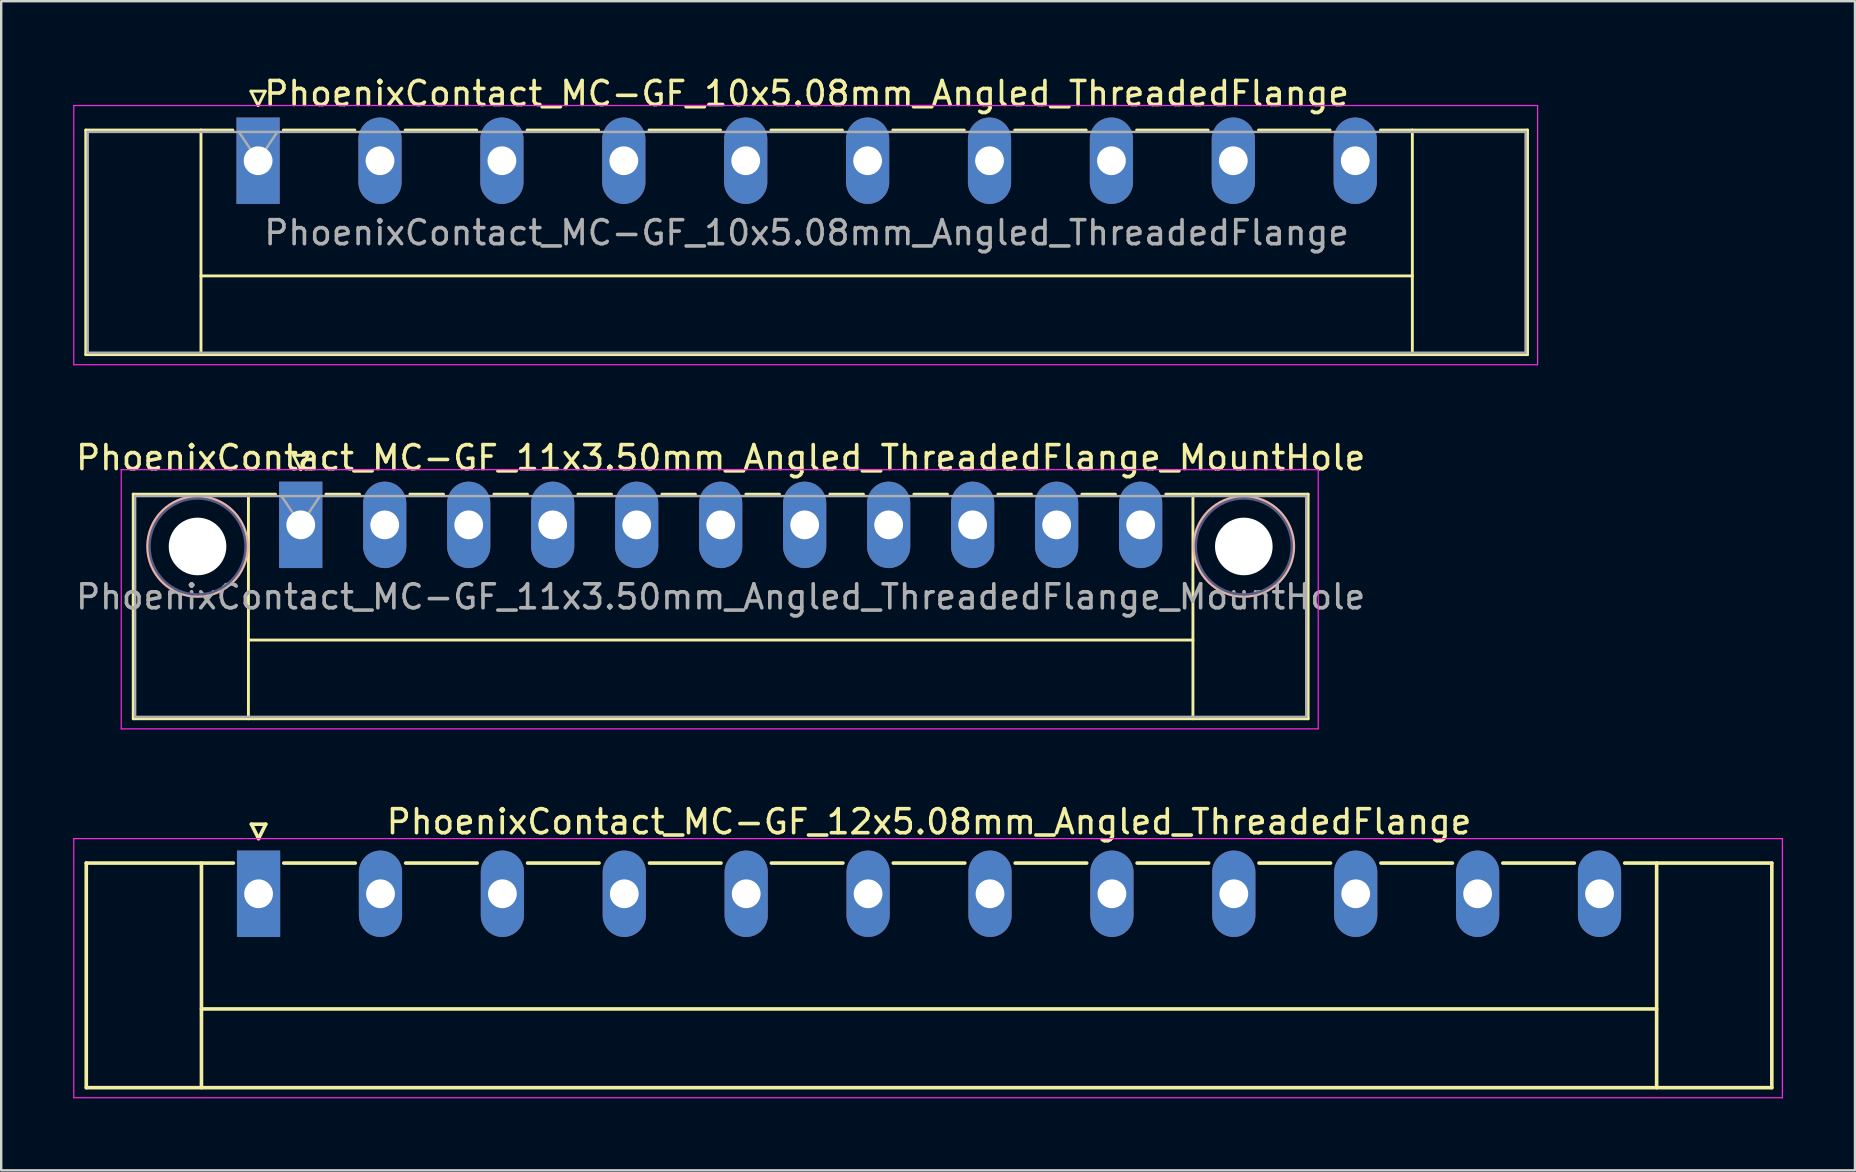
<source format=kicad_pcb>
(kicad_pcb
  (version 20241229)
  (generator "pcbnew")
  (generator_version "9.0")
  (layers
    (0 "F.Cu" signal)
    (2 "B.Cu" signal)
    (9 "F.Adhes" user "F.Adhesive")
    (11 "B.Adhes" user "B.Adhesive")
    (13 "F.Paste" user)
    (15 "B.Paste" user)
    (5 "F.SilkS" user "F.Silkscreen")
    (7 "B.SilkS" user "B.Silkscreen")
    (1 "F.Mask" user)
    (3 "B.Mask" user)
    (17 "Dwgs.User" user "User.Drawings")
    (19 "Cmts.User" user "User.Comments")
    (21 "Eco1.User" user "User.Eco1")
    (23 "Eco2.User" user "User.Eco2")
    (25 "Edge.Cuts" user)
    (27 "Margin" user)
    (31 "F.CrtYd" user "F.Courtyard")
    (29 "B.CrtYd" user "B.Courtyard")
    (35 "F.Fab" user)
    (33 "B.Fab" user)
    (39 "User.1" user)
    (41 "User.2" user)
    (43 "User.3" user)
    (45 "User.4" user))
  (footprint "PhoenixContact_MC-GF_12x5.08mm_Angled_ThreadedFlange"
    (layer "F.Cu")
    (at 7.725 34.195)
    (property "Reference" "PhoenixContact_MC-GF_12x5.08mm_Angled_ThreadedFlange" (at 27.94 -3 0) (layer "F.SilkS") (effects (font (size 1 1) (thickness 0.15))))
    (attr through_hole)
    (fp_line (start -7.18 -1.28) (end -7.18 8.08) (stroke (width 0.15) (type solid)) (layer "F.SilkS"))
    (fp_line (start -7.18 -1.28) (end -1.05 -1.28) (stroke (width 0.15) (type solid)) (layer "F.SilkS"))
    (fp_line (start -7.18 8.08) (end 63.06 8.08) (stroke (width 0.15) (type solid)) (layer "F.SilkS"))
    (fp_line (start -2.38 -1.28) (end -2.38 8.08) (stroke (width 0.15) (type solid)) (layer "F.SilkS"))
    (fp_line (start -2.38 4.8) (end 58.26 4.8) (stroke (width 0.15) (type solid)) (layer "F.SilkS"))
    (fp_line (start -0.3 -2.9) (end 0 -2.3) (stroke (width 0.15) (type solid)) (layer "F.SilkS"))
    (fp_line (start 0 -2.3) (end 0.3 -2.9) (stroke (width 0.15) (type solid)) (layer "F.SilkS"))
    (fp_line (start 0.3 -2.9) (end -0.3 -2.9) (stroke (width 0.15) (type solid)) (layer "F.SilkS"))
    (fp_line (start 1.05 -1.28) (end 4.03 -1.28) (stroke (width 0.15) (type solid)) (layer "F.SilkS"))
    (fp_line (start 6.13 -1.28) (end 9.11 -1.28) (stroke (width 0.15) (type solid)) (layer "F.SilkS"))
    (fp_line (start 11.21 -1.28) (end 14.19 -1.28) (stroke (width 0.15) (type solid)) (layer "F.SilkS"))
    (fp_line (start 16.29 -1.28) (end 19.27 -1.28) (stroke (width 0.15) (type solid)) (layer "F.SilkS"))
    (fp_line (start 21.37 -1.28) (end 24.35 -1.28) (stroke (width 0.15) (type solid)) (layer "F.SilkS"))
    (fp_line (start 26.45 -1.28) (end 29.43 -1.28) (stroke (width 0.15) (type solid)) (layer "F.SilkS"))
    (fp_line (start 31.53 -1.28) (end 34.51 -1.28) (stroke (width 0.15) (type solid)) (layer "F.SilkS"))
    (fp_line (start 36.61 -1.28) (end 39.59 -1.28) (stroke (width 0.15) (type solid)) (layer "F.SilkS"))
    (fp_line (start 41.69 -1.28) (end 44.67 -1.28) (stroke (width 0.15) (type solid)) (layer "F.SilkS"))
    (fp_line (start 46.77 -1.28) (end 49.75 -1.28) (stroke (width 0.15) (type solid)) (layer "F.SilkS"))
    (fp_line (start 51.85 -1.28) (end 54.83 -1.28) (stroke (width 0.15) (type solid)) (layer "F.SilkS"))
    (fp_line (start 58.26 -1.28) (end 58.26 8.08) (stroke (width 0.15) (type solid)) (layer "F.SilkS"))
    (fp_line (start 63.06 -1.28) (end 56.93 -1.28) (stroke (width 0.15) (type solid)) (layer "F.SilkS"))
    (fp_line (start 63.06 8.08) (end 63.06 -1.28) (stroke (width 0.15) (type solid)) (layer "F.SilkS"))
    (fp_line (start -7.7 -2.3) (end -7.7 8.5) (stroke (width 0.05) (type solid)) (layer "F.CrtYd"))
    (fp_line (start -7.7 8.5) (end 63.5 8.5) (stroke (width 0.05) (type solid)) (layer "F.CrtYd"))
    (fp_line (start 63.5 -2.3) (end -7.7 -2.3) (stroke (width 0.05) (type solid)) (layer "F.CrtYd"))
    (fp_line (start 63.5 8.5) (end 63.5 -2.3) (stroke (width 0.05) (type solid)) (layer "F.CrtYd"))
    (pad "1" thru_hole rect (at 0 0) (size 1.8 3.6) (drill 1.2) (layers "*.Cu" "*.Mask"))
    (pad "2" thru_hole oval (at 5.08 0) (size 1.8 3.6) (drill 1.2) (layers "*.Cu" "*.Mask"))
    (pad "3" thru_hole oval (at 10.16 0) (size 1.8 3.6) (drill 1.2) (layers "*.Cu" "*.Mask"))
    (pad "4" thru_hole oval (at 15.24 0) (size 1.8 3.6) (drill 1.2) (layers "*.Cu" "*.Mask"))
    (pad "5" thru_hole oval (at 20.32 0) (size 1.8 3.6) (drill 1.2) (layers "*.Cu" "*.Mask"))
    (pad "6" thru_hole oval (at 25.4 0) (size 1.8 3.6) (drill 1.2) (layers "*.Cu" "*.Mask"))
    (pad "7" thru_hole oval (at 30.48 0) (size 1.8 3.6) (drill 1.2) (layers "*.Cu" "*.Mask"))
    (pad "8" thru_hole oval (at 35.56 0) (size 1.8 3.6) (drill 1.2) (layers "*.Cu" "*.Mask"))
    (pad "9" thru_hole oval (at 40.64 0) (size 1.8 3.6) (drill 1.2) (layers "*.Cu" "*.Mask"))
    (pad "10" thru_hole oval (at 45.72 0) (size 1.8 3.6) (drill 1.2) (layers "*.Cu" "*.Mask"))
    (pad "11" thru_hole oval (at 50.8 0) (size 1.8 3.6) (drill 1.2) (layers "*.Cu" "*.Mask"))
    (pad "12" thru_hole oval (at 55.88 0) (size 1.8 3.6) (drill 1.2) (layers "*.Cu" "*.Mask")))
  (footprint "PhoenixContact_MC-GF_11x3.50mm_Angled_ThreadedFlange_MountHole"
    (layer "F.Cu")
    (at 9.482 18.822)
    (property "Reference" "PhoenixContact_MC-GF_11x3.50mm_Angled_ThreadedFlange_MountHole" (at 17.5 -2.8 0) (layer "F.SilkS") (effects (font (size 1 1) (thickness 0.15))))
    (attr through_hole)
    (fp_line (start -6.98 -1.28) (end -6.98 8.08) (stroke (width 0.12) (type solid)) (layer "F.SilkS"))
    (fp_line (start -6.98 -1.28) (end -1.05 -1.28) (stroke (width 0.12) (type solid)) (layer "F.SilkS"))
    (fp_line (start -6.98 8.08) (end 41.98 8.08) (stroke (width 0.12) (type solid)) (layer "F.SilkS"))
    (fp_line (start -2.18 -1.28) (end -2.18 8.08) (stroke (width 0.12) (type solid)) (layer "F.SilkS"))
    (fp_line (start -2.18 4.8) (end 37.18 4.8) (stroke (width 0.12) (type solid)) (layer "F.SilkS"))
    (fp_line (start -0.3 -2.9) (end 0.3 -2.9) (stroke (width 0.12) (type solid)) (layer "F.SilkS"))
    (fp_line (start 0 -2.3) (end -0.3 -2.9) (stroke (width 0.12) (type solid)) (layer "F.SilkS"))
    (fp_line (start 0.3 -2.9) (end 0 -2.3) (stroke (width 0.12) (type solid)) (layer "F.SilkS"))
    (fp_line (start 1.05 -1.28) (end 2.45 -1.28) (stroke (width 0.12) (type solid)) (layer "F.SilkS"))
    (fp_line (start 4.55 -1.28) (end 5.95 -1.28) (stroke (width 0.12) (type solid)) (layer "F.SilkS"))
    (fp_line (start 8.05 -1.28) (end 9.45 -1.28) (stroke (width 0.12) (type solid)) (layer "F.SilkS"))
    (fp_line (start 11.55 -1.28) (end 12.95 -1.28) (stroke (width 0.12) (type solid)) (layer "F.SilkS"))
    (fp_line (start 15.05 -1.28) (end 16.45 -1.28) (stroke (width 0.12) (type solid)) (layer "F.SilkS"))
    (fp_line (start 18.55 -1.28) (end 19.95 -1.28) (stroke (width 0.12) (type solid)) (layer "F.SilkS"))
    (fp_line (start 22.05 -1.28) (end 23.45 -1.28) (stroke (width 0.12) (type solid)) (layer "F.SilkS"))
    (fp_line (start 25.55 -1.28) (end 26.95 -1.28) (stroke (width 0.12) (type solid)) (layer "F.SilkS"))
    (fp_line (start 29.05 -1.28) (end 30.45 -1.28) (stroke (width 0.12) (type solid)) (layer "F.SilkS"))
    (fp_line (start 32.55 -1.28) (end 33.95 -1.28) (stroke (width 0.12) (type solid)) (layer "F.SilkS"))
    (fp_line (start 37.18 -1.28) (end 37.18 8.08) (stroke (width 0.12) (type solid)) (layer "F.SilkS"))
    (fp_line (start 41.98 -1.28) (end 36.05 -1.28) (stroke (width 0.12) (type solid)) (layer "F.SilkS"))
    (fp_line (start 41.98 8.08) (end 41.98 -1.28) (stroke (width 0.12) (type solid)) (layer "F.SilkS"))
    (fp_circle (center -4.3 0.9) (end -2.22 0.9) (stroke (width 0.12) (type solid)) (fill no) (layer "B.SilkS"))
    (fp_circle (center 39.3 0.9) (end 41.38 0.9) (stroke (width 0.12) (type solid)) (fill no) (layer "B.SilkS"))
    (fp_line (start -7.48 -2.3) (end -7.48 8.5) (stroke (width 0.05) (type solid)) (layer "F.CrtYd"))
    (fp_line (start -7.48 8.5) (end 42.4 8.5) (stroke (width 0.05) (type solid)) (layer "F.CrtYd"))
    (fp_line (start 42.4 -2.3) (end -7.48 -2.3) (stroke (width 0.05) (type solid)) (layer "F.CrtYd"))
    (fp_line (start 42.4 8.5) (end 42.4 -2.3) (stroke (width 0.05) (type solid)) (layer "F.CrtYd"))
    (fp_circle (center -4.3 0.9) (end -2.3 0.9) (stroke (width 0.1) (type solid)) (fill no) (layer "B.Fab"))
    (fp_circle (center 39.3 0.9) (end 41.3 0.9) (stroke (width 0.1) (type solid)) (fill no) (layer "B.Fab"))
    (fp_line (start -6.9 -1.2) (end -6.9 8) (stroke (width 0.1) (type solid)) (layer "F.Fab"))
    (fp_line (start -6.9 8) (end 41.9 8) (stroke (width 0.1) (type solid)) (layer "F.Fab"))
    (fp_line (start 0 0) (end -0.8 -1.2) (stroke (width 0.1) (type solid)) (layer "F.Fab"))
    (fp_line (start 0.8 -1.2) (end 0 0) (stroke (width 0.1) (type solid)) (layer "F.Fab"))
    (fp_line (start 41.9 -1.2) (end -6.9 -1.2) (stroke (width 0.1) (type solid)) (layer "F.Fab"))
    (fp_line (start 41.9 8) (end 41.9 -1.2) (stroke (width 0.1) (type solid)) (layer "F.Fab"))
    (fp_text user "${REFERENCE}" (at 17.5 3 0) (layer "F.Fab") (effects (font (size 1 1) (thickness 0.15))))
    (pad "" np_thru_hole circle (at -4.3 0.9) (size 2.4 2.4) (drill 2.4) (layers "*.Cu" "*.Mask"))
    (pad "" np_thru_hole circle (at 39.3 0.9) (size 2.4 2.4) (drill 2.4) (layers "*.Cu" "*.Mask"))
    (pad "1" thru_hole rect (at 0 0) (size 1.8 3.6) (drill 1.2) (layers "*.Cu" "*.Mask"))
    (pad "2" thru_hole oval (at 3.5 0) (size 1.8 3.6) (drill 1.2) (layers "*.Cu" "*.Mask"))
    (pad "3" thru_hole oval (at 7 0) (size 1.8 3.6) (drill 1.2) (layers "*.Cu" "*.Mask"))
    (pad "4" thru_hole oval (at 10.5 0) (size 1.8 3.6) (drill 1.2) (layers "*.Cu" "*.Mask"))
    (pad "5" thru_hole oval (at 14 0) (size 1.8 3.6) (drill 1.2) (layers "*.Cu" "*.Mask"))
    (pad "6" thru_hole oval (at 17.5 0) (size 1.8 3.6) (drill 1.2) (layers "*.Cu" "*.Mask"))
    (pad "7" thru_hole oval (at 21 0) (size 1.8 3.6) (drill 1.2) (layers "*.Cu" "*.Mask"))
    (pad "8" thru_hole oval (at 24.5 0) (size 1.8 3.6) (drill 1.2) (layers "*.Cu" "*.Mask"))
    (pad "9" thru_hole oval (at 28 0) (size 1.8 3.6) (drill 1.2) (layers "*.Cu" "*.Mask"))
    (pad "10" thru_hole oval (at 31.5 0) (size 1.8 3.6) (drill 1.2) (layers "*.Cu" "*.Mask"))
    (pad "11" thru_hole oval (at 35 0) (size 1.8 3.6) (drill 1.2) (layers "*.Cu" "*.Mask")))
  (footprint "PhoenixContact_MC-GF_10x5.08mm_Angled_ThreadedFlange"
    (layer "F.Cu")
    (at 7.705 3.648)
    (property "Reference" "PhoenixContact_MC-GF_10x5.08mm_Angled_ThreadedFlange" (at 22.86 -2.8 0) (layer "F.SilkS") (effects (font (size 1 1) (thickness 0.15))))
    (attr through_hole)
    (fp_line (start -7.18 -1.28) (end -7.18 8.08) (stroke (width 0.12) (type solid)) (layer "F.SilkS"))
    (fp_line (start -7.18 -1.28) (end -1.05 -1.28) (stroke (width 0.12) (type solid)) (layer "F.SilkS"))
    (fp_line (start -7.18 8.08) (end 52.9 8.08) (stroke (width 0.12) (type solid)) (layer "F.SilkS"))
    (fp_line (start -2.38 -1.28) (end -2.38 8.08) (stroke (width 0.12) (type solid)) (layer "F.SilkS"))
    (fp_line (start -2.38 4.8) (end 48.1 4.8) (stroke (width 0.12) (type solid)) (layer "F.SilkS"))
    (fp_line (start -0.3 -2.9) (end 0.3 -2.9) (stroke (width 0.12) (type solid)) (layer "F.SilkS"))
    (fp_line (start 0 -2.3) (end -0.3 -2.9) (stroke (width 0.12) (type solid)) (layer "F.SilkS"))
    (fp_line (start 0.3 -2.9) (end 0 -2.3) (stroke (width 0.12) (type solid)) (layer "F.SilkS"))
    (fp_line (start 1.05 -1.28) (end 4.03 -1.28) (stroke (width 0.12) (type solid)) (layer "F.SilkS"))
    (fp_line (start 6.13 -1.28) (end 9.11 -1.28) (stroke (width 0.12) (type solid)) (layer "F.SilkS"))
    (fp_line (start 11.21 -1.28) (end 14.19 -1.28) (stroke (width 0.12) (type solid)) (layer "F.SilkS"))
    (fp_line (start 16.29 -1.28) (end 19.27 -1.28) (stroke (width 0.12) (type solid)) (layer "F.SilkS"))
    (fp_line (start 21.37 -1.28) (end 24.35 -1.28) (stroke (width 0.12) (type solid)) (layer "F.SilkS"))
    (fp_line (start 26.45 -1.28) (end 29.43 -1.28) (stroke (width 0.12) (type solid)) (layer "F.SilkS"))
    (fp_line (start 31.53 -1.28) (end 34.51 -1.28) (stroke (width 0.12) (type solid)) (layer "F.SilkS"))
    (fp_line (start 36.61 -1.28) (end 39.59 -1.28) (stroke (width 0.12) (type solid)) (layer "F.SilkS"))
    (fp_line (start 41.69 -1.28) (end 44.67 -1.28) (stroke (width 0.12) (type solid)) (layer "F.SilkS"))
    (fp_line (start 48.1 -1.28) (end 48.1 8.08) (stroke (width 0.12) (type solid)) (layer "F.SilkS"))
    (fp_line (start 52.9 -1.28) (end 46.77 -1.28) (stroke (width 0.12) (type solid)) (layer "F.SilkS"))
    (fp_line (start 52.9 8.08) (end 52.9 -1.28) (stroke (width 0.12) (type solid)) (layer "F.SilkS"))
    (fp_line (start -7.68 -2.3) (end -7.68 8.5) (stroke (width 0.05) (type solid)) (layer "F.CrtYd"))
    (fp_line (start -7.68 8.5) (end 53.32 8.5) (stroke (width 0.05) (type solid)) (layer "F.CrtYd"))
    (fp_line (start 53.32 -2.3) (end -7.68 -2.3) (stroke (width 0.05) (type solid)) (layer "F.CrtYd"))
    (fp_line (start 53.32 8.5) (end 53.32 -2.3) (stroke (width 0.05) (type solid)) (layer "F.CrtYd"))
    (fp_line (start -7.1 -1.2) (end -7.1 8) (stroke (width 0.1) (type solid)) (layer "F.Fab"))
    (fp_line (start -7.1 8) (end 52.82 8) (stroke (width 0.1) (type solid)) (layer "F.Fab"))
    (fp_line (start 0 0) (end -0.8 -1.2) (stroke (width 0.1) (type solid)) (layer "F.Fab"))
    (fp_line (start 0.8 -1.2) (end 0 0) (stroke (width 0.1) (type solid)) (layer "F.Fab"))
    (fp_line (start 52.82 -1.2) (end -7.1 -1.2) (stroke (width 0.1) (type solid)) (layer "F.Fab"))
    (fp_line (start 52.82 8) (end 52.82 -1.2) (stroke (width 0.1) (type solid)) (layer "F.Fab"))
    (fp_text user "${REFERENCE}" (at 22.86 3 0) (layer "F.Fab") (effects (font (size 1 1) (thickness 0.15))))
    (pad "1" thru_hole rect (at 0 0) (size 1.8 3.6) (drill 1.2) (layers "*.Cu" "*.Mask"))
    (pad "2" thru_hole oval (at 5.08 0) (size 1.8 3.6) (drill 1.2) (layers "*.Cu" "*.Mask"))
    (pad "3" thru_hole oval (at 10.16 0) (size 1.8 3.6) (drill 1.2) (layers "*.Cu" "*.Mask"))
    (pad "4" thru_hole oval (at 15.24 0) (size 1.8 3.6) (drill 1.2) (layers "*.Cu" "*.Mask"))
    (pad "5" thru_hole oval (at 20.32 0) (size 1.8 3.6) (drill 1.2) (layers "*.Cu" "*.Mask"))
    (pad "6" thru_hole oval (at 25.4 0) (size 1.8 3.6) (drill 1.2) (layers "*.Cu" "*.Mask"))
    (pad "7" thru_hole oval (at 30.48 0) (size 1.8 3.6) (drill 1.2) (layers "*.Cu" "*.Mask"))
    (pad "8" thru_hole oval (at 35.56 0) (size 1.8 3.6) (drill 1.2) (layers "*.Cu" "*.Mask"))
    (pad "9" thru_hole oval (at 40.64 0) (size 1.8 3.6) (drill 1.2) (layers "*.Cu" "*.Mask"))
    (pad "10" thru_hole oval (at 45.72 0) (size 1.8 3.6) (drill 1.2) (layers "*.Cu" "*.Mask")))
  (gr_rect
    (start -3 -3)
    (end 74.25 45.72)
    (stroke (width 0.1) (type default))
    (fill no)
    (layer "Edge.Cuts")))
</source>
